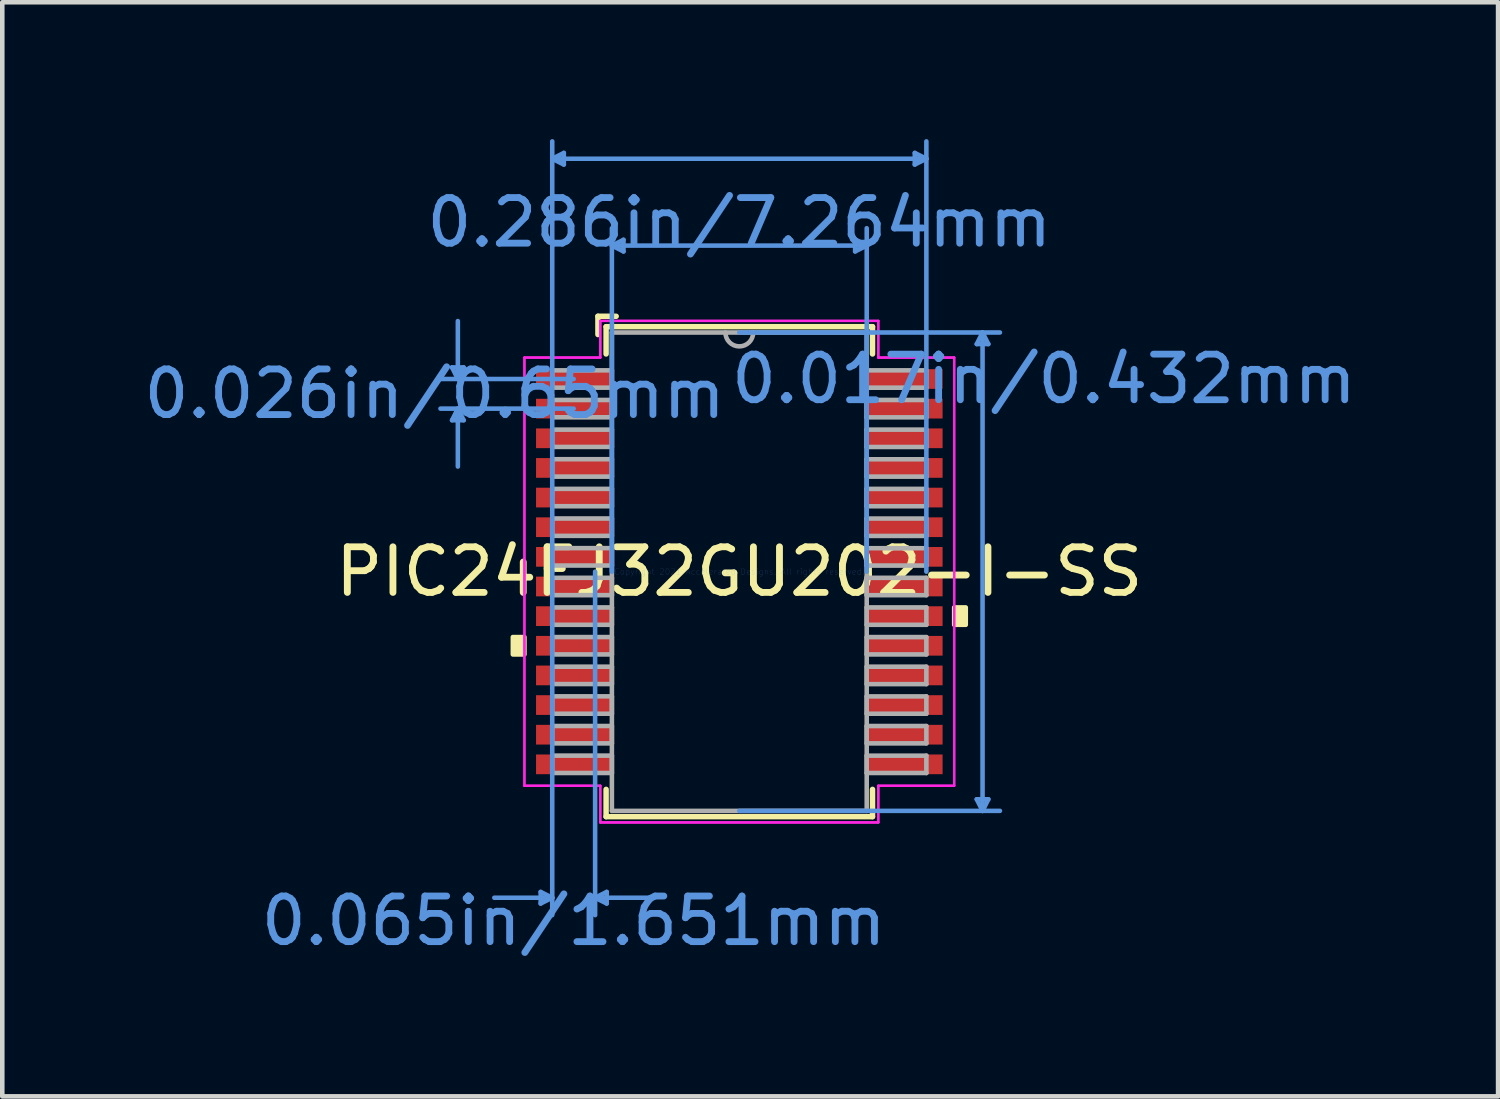
<source format=kicad_pcb>
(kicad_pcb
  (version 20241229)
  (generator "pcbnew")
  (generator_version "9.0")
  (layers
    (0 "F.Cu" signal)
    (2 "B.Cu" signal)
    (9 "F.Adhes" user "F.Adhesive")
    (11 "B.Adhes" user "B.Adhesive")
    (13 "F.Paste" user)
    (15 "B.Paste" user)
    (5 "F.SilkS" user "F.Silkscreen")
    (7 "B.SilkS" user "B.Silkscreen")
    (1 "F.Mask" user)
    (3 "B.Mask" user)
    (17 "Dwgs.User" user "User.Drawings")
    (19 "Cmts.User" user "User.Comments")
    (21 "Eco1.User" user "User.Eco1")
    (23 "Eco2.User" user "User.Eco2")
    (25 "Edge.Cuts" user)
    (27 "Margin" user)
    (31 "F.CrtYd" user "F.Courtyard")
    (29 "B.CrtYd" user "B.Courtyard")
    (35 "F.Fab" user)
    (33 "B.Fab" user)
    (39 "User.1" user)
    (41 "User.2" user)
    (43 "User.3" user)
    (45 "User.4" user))
  (footprint "PIC24FJ32GU202-I-SS"
    (layer "F.Cu")
    (at 13.162 9.486)
    (property "Reference" "PIC24FJ32GU202-I-SS" (at 0 0 0) (layer "F.SilkS") (effects (font (size 1 1) (thickness 0.15))))
    (attr smd)
    (fp_line (start -3.1 -5.6) (end -3.1 -5.2) (stroke (width 0.12) (type solid)) (layer "F.SilkS"))
    (fp_line (start -2.921 -5.372) (end -2.921 -4.774) (stroke (width 0.12) (type solid)) (layer "F.SilkS"))
    (fp_line (start -2.921 4.774) (end -2.921 5.372) (stroke (width 0.12) (type solid)) (layer "F.SilkS"))
    (fp_line (start -2.921 5.372) (end 2.921 5.372) (stroke (width 0.12) (type solid)) (layer "F.SilkS"))
    (fp_line (start -2.7 -5.6) (end -3.1 -5.6) (stroke (width 0.12) (type solid)) (layer "F.SilkS"))
    (fp_line (start 2.921 -5.372) (end -2.921 -5.372) (stroke (width 0.12) (type solid)) (layer "F.SilkS"))
    (fp_line (start 2.921 -4.774) (end 2.921 -5.372) (stroke (width 0.12) (type solid)) (layer "F.SilkS"))
    (fp_line (start 2.921 5.372) (end 2.921 4.774) (stroke (width 0.12) (type solid)) (layer "F.SilkS"))
    (fp_poly (pts (xy -4.966 1.434) (xy -4.966 1.815) (xy -4.712 1.815) (xy -4.712 1.434)) (stroke (width 0.1) (type solid)) (fill yes) (layer "F.SilkS"))
    (fp_poly (pts (xy 4.966 0.784) (xy 4.966 1.165) (xy 4.712 1.165) (xy 4.712 0.784)) (stroke (width 0.1) (type solid)) (fill yes) (layer "F.SilkS"))
    (fp_line (start -6.299 -4.479) (end -6.045 -4.479) (stroke (width 0.1) (type solid)) (layer "Cmts.User"))
    (fp_line (start -6.299 -3.321) (end -6.045 -3.321) (stroke (width 0.1) (type solid)) (layer "Cmts.User"))
    (fp_line (start -6.172 -4.225) (end -6.299 -4.479) (stroke (width 0.1) (type solid)) (layer "Cmts.User"))
    (fp_line (start -6.172 -4.225) (end -6.172 -5.495) (stroke (width 0.1) (type solid)) (layer "Cmts.User"))
    (fp_line (start -6.172 -4.225) (end -6.045 -4.479) (stroke (width 0.1) (type solid)) (layer "Cmts.User"))
    (fp_line (start -6.172 -3.575) (end -6.299 -3.321) (stroke (width 0.1) (type solid)) (layer "Cmts.User"))
    (fp_line (start -6.172 -3.575) (end -6.172 -2.305) (stroke (width 0.1) (type solid)) (layer "Cmts.User"))
    (fp_line (start -6.172 -3.575) (end -6.045 -3.321) (stroke (width 0.1) (type solid)) (layer "Cmts.User"))
    (fp_line (start -4.356 7.023) (end -4.356 7.277) (stroke (width 0.1) (type solid)) (layer "Cmts.User"))
    (fp_line (start -4.102 -9.055) (end -3.848 -9.182) (stroke (width 0.1) (type solid)) (layer "Cmts.User"))
    (fp_line (start -4.102 -9.055) (end -3.848 -8.928) (stroke (width 0.1) (type solid)) (layer "Cmts.User"))
    (fp_line (start -4.102 -9.055) (end 4.102 -9.055) (stroke (width 0.1) (type solid)) (layer "Cmts.User"))
    (fp_line (start -4.102 0) (end -4.102 -9.436) (stroke (width 0.1) (type solid)) (layer "Cmts.User"))
    (fp_line (start -4.102 0) (end -4.102 7.531) (stroke (width 0.1) (type solid)) (layer "Cmts.User"))
    (fp_line (start -4.102 7.15) (end -5.372 7.15) (stroke (width 0.1) (type solid)) (layer "Cmts.User"))
    (fp_line (start -4.102 7.15) (end -4.356 7.023) (stroke (width 0.1) (type solid)) (layer "Cmts.User"))
    (fp_line (start -4.102 7.15) (end -4.356 7.277) (stroke (width 0.1) (type solid)) (layer "Cmts.User"))
    (fp_line (start -3.848 -9.182) (end -3.848 -8.928) (stroke (width 0.1) (type solid)) (layer "Cmts.User"))
    (fp_line (start -3.632 -4.225) (end -6.553 -4.225) (stroke (width 0.1) (type solid)) (layer "Cmts.User"))
    (fp_line (start -3.632 -3.575) (end -6.553 -3.575) (stroke (width 0.1) (type solid)) (layer "Cmts.User"))
    (fp_line (start -3.162 0) (end -3.162 7.531) (stroke (width 0.1) (type solid)) (layer "Cmts.User"))
    (fp_line (start -3.162 7.15) (end -2.908 7.023) (stroke (width 0.1) (type solid)) (layer "Cmts.User"))
    (fp_line (start -3.162 7.15) (end -2.908 7.277) (stroke (width 0.1) (type solid)) (layer "Cmts.User"))
    (fp_line (start -3.162 7.15) (end -1.892 7.15) (stroke (width 0.1) (type solid)) (layer "Cmts.User"))
    (fp_line (start -2.908 7.023) (end -2.908 7.277) (stroke (width 0.1) (type solid)) (layer "Cmts.User"))
    (fp_line (start -2.794 -7.15) (end -2.54 -7.277) (stroke (width 0.1) (type solid)) (layer "Cmts.User"))
    (fp_line (start -2.794 -7.15) (end -2.54 -7.023) (stroke (width 0.1) (type solid)) (layer "Cmts.User"))
    (fp_line (start -2.794 -7.15) (end 2.794 -7.15) (stroke (width 0.1) (type solid)) (layer "Cmts.User"))
    (fp_line (start -2.794 0) (end -2.794 -7.531) (stroke (width 0.1) (type solid)) (layer "Cmts.User"))
    (fp_line (start -2.54 -7.277) (end -2.54 -7.023) (stroke (width 0.1) (type solid)) (layer "Cmts.User"))
    (fp_line (start 0 -5.245) (end 5.715 -5.245) (stroke (width 0.1) (type solid)) (layer "Cmts.User"))
    (fp_line (start 0 5.245) (end 5.715 5.245) (stroke (width 0.1) (type solid)) (layer "Cmts.User"))
    (fp_line (start 2.54 -7.277) (end 2.54 -7.023) (stroke (width 0.1) (type solid)) (layer "Cmts.User"))
    (fp_line (start 2.794 -7.15) (end 2.54 -7.277) (stroke (width 0.1) (type solid)) (layer "Cmts.User"))
    (fp_line (start 2.794 -7.15) (end 2.54 -7.023) (stroke (width 0.1) (type solid)) (layer "Cmts.User"))
    (fp_line (start 2.794 0) (end 2.794 -7.531) (stroke (width 0.1) (type solid)) (layer "Cmts.User"))
    (fp_line (start 3.848 -9.182) (end 3.848 -8.928) (stroke (width 0.1) (type solid)) (layer "Cmts.User"))
    (fp_line (start 4.102 -9.055) (end 3.848 -9.182) (stroke (width 0.1) (type solid)) (layer "Cmts.User"))
    (fp_line (start 4.102 -9.055) (end 3.848 -8.928) (stroke (width 0.1) (type solid)) (layer "Cmts.User"))
    (fp_line (start 4.102 0) (end 4.102 -9.436) (stroke (width 0.1) (type solid)) (layer "Cmts.User"))
    (fp_line (start 5.207 -4.991) (end 5.461 -4.991) (stroke (width 0.1) (type solid)) (layer "Cmts.User"))
    (fp_line (start 5.207 4.991) (end 5.461 4.991) (stroke (width 0.1) (type solid)) (layer "Cmts.User"))
    (fp_line (start 5.334 -5.245) (end 5.207 -4.991) (stroke (width 0.1) (type solid)) (layer "Cmts.User"))
    (fp_line (start 5.334 -5.245) (end 5.334 5.245) (stroke (width 0.1) (type solid)) (layer "Cmts.User"))
    (fp_line (start 5.334 -5.245) (end 5.461 -4.991) (stroke (width 0.1) (type solid)) (layer "Cmts.User"))
    (fp_line (start 5.334 5.245) (end 5.207 4.991) (stroke (width 0.1) (type solid)) (layer "Cmts.User"))
    (fp_line (start 5.334 5.245) (end 5.461 4.991) (stroke (width 0.1) (type solid)) (layer "Cmts.User"))
    (fp_line (start -4.712 -4.695) (end -3.048 -4.695) (stroke (width 0.05) (type solid)) (layer "F.CrtYd"))
    (fp_line (start -4.712 -4.695) (end -3.048 -4.695) (stroke (width 0.05) (type solid)) (layer "F.CrtYd"))
    (fp_line (start -4.712 4.695) (end -4.712 -4.695) (stroke (width 0.05) (type solid)) (layer "F.CrtYd"))
    (fp_line (start -4.712 4.695) (end -4.712 -4.695) (stroke (width 0.05) (type solid)) (layer "F.CrtYd"))
    (fp_line (start -4.712 4.695) (end -3.048 4.695) (stroke (width 0.05) (type solid)) (layer "F.CrtYd"))
    (fp_line (start -3.048 -5.499) (end 3.048 -5.499) (stroke (width 0.05) (type solid)) (layer "F.CrtYd"))
    (fp_line (start -3.048 -5.499) (end 3.048 -5.499) (stroke (width 0.05) (type solid)) (layer "F.CrtYd"))
    (fp_line (start -3.048 -4.695) (end -3.048 -5.499) (stroke (width 0.05) (type solid)) (layer "F.CrtYd"))
    (fp_line (start -3.048 -4.695) (end -3.048 -5.499) (stroke (width 0.05) (type solid)) (layer "F.CrtYd"))
    (fp_line (start -3.048 4.695) (end -4.712 4.695) (stroke (width 0.05) (type solid)) (layer "F.CrtYd"))
    (fp_line (start -3.048 5.499) (end -3.048 4.695) (stroke (width 0.05) (type solid)) (layer "F.CrtYd"))
    (fp_line (start -3.048 5.499) (end -3.048 4.695) (stroke (width 0.05) (type solid)) (layer "F.CrtYd"))
    (fp_line (start 3.048 -5.499) (end 3.048 -4.695) (stroke (width 0.05) (type solid)) (layer "F.CrtYd"))
    (fp_line (start 3.048 -5.499) (end 3.048 -4.695) (stroke (width 0.05) (type solid)) (layer "F.CrtYd"))
    (fp_line (start 3.048 -4.695) (end 4.712 -4.695) (stroke (width 0.05) (type solid)) (layer "F.CrtYd"))
    (fp_line (start 3.048 4.695) (end 3.048 5.499) (stroke (width 0.05) (type solid)) (layer "F.CrtYd"))
    (fp_line (start 3.048 4.695) (end 3.048 5.499) (stroke (width 0.05) (type solid)) (layer "F.CrtYd"))
    (fp_line (start 3.048 5.499) (end -3.048 5.499) (stroke (width 0.05) (type solid)) (layer "F.CrtYd"))
    (fp_line (start 3.048 5.499) (end -3.048 5.499) (stroke (width 0.05) (type solid)) (layer "F.CrtYd"))
    (fp_line (start 4.712 -4.695) (end 3.048 -4.695) (stroke (width 0.05) (type solid)) (layer "F.CrtYd"))
    (fp_line (start 4.712 -4.695) (end 4.712 4.695) (stroke (width 0.05) (type solid)) (layer "F.CrtYd"))
    (fp_line (start 4.712 -4.695) (end 4.712 4.695) (stroke (width 0.05) (type solid)) (layer "F.CrtYd"))
    (fp_line (start 4.712 4.695) (end 3.048 4.695) (stroke (width 0.05) (type solid)) (layer "F.CrtYd"))
    (fp_line (start 4.712 4.695) (end 3.048 4.695) (stroke (width 0.05) (type solid)) (layer "F.CrtYd"))
    (fp_line (start -4.102 -4.415) (end -4.102 -4.035) (stroke (width 0.1) (type solid)) (layer "F.Fab"))
    (fp_line (start -4.102 -4.035) (end -2.794 -4.035) (stroke (width 0.1) (type solid)) (layer "F.Fab"))
    (fp_line (start -4.102 -3.765) (end -4.102 -3.385) (stroke (width 0.1) (type solid)) (layer "F.Fab"))
    (fp_line (start -4.102 -3.385) (end -2.794 -3.385) (stroke (width 0.1) (type solid)) (layer "F.Fab"))
    (fp_line (start -4.102 -3.115) (end -4.102 -2.735) (stroke (width 0.1) (type solid)) (layer "F.Fab"))
    (fp_line (start -4.102 -2.735) (end -2.794 -2.735) (stroke (width 0.1) (type solid)) (layer "F.Fab"))
    (fp_line (start -4.102 -2.466) (end -4.102 -2.084) (stroke (width 0.1) (type solid)) (layer "F.Fab"))
    (fp_line (start -4.102 -2.084) (end -2.794 -2.084) (stroke (width 0.1) (type solid)) (layer "F.Fab"))
    (fp_line (start -4.102 -1.816) (end -4.102 -1.435) (stroke (width 0.1) (type solid)) (layer "F.Fab"))
    (fp_line (start -4.102 -1.435) (end -2.794 -1.435) (stroke (width 0.1) (type solid)) (layer "F.Fab"))
    (fp_line (start -4.102 -1.166) (end -4.102 -0.785) (stroke (width 0.1) (type solid)) (layer "F.Fab"))
    (fp_line (start -4.102 -0.785) (end -2.794 -0.785) (stroke (width 0.1) (type solid)) (layer "F.Fab"))
    (fp_line (start -4.102 -0.516) (end -4.102 -0.135) (stroke (width 0.1) (type solid)) (layer "F.Fab"))
    (fp_line (start -4.102 -0.135) (end -2.794 -0.135) (stroke (width 0.1) (type solid)) (layer "F.Fab"))
    (fp_line (start -4.102 0.134) (end -4.102 0.515) (stroke (width 0.1) (type solid)) (layer "F.Fab"))
    (fp_line (start -4.102 0.515) (end -2.794 0.515) (stroke (width 0.1) (type solid)) (layer "F.Fab"))
    (fp_line (start -4.102 0.784) (end -4.102 1.165) (stroke (width 0.1) (type solid)) (layer "F.Fab"))
    (fp_line (start -4.102 1.165) (end -2.794 1.165) (stroke (width 0.1) (type solid)) (layer "F.Fab"))
    (fp_line (start -4.102 1.434) (end -4.102 1.815) (stroke (width 0.1) (type solid)) (layer "F.Fab"))
    (fp_line (start -4.102 1.815) (end -2.794 1.815) (stroke (width 0.1) (type solid)) (layer "F.Fab"))
    (fp_line (start -4.102 2.084) (end -4.102 2.465) (stroke (width 0.1) (type solid)) (layer "F.Fab"))
    (fp_line (start -4.102 2.465) (end -2.794 2.465) (stroke (width 0.1) (type solid)) (layer "F.Fab"))
    (fp_line (start -4.102 2.734) (end -4.102 3.115) (stroke (width 0.1) (type solid)) (layer "F.Fab"))
    (fp_line (start -4.102 3.115) (end -2.794 3.115) (stroke (width 0.1) (type solid)) (layer "F.Fab"))
    (fp_line (start -4.102 3.384) (end -4.102 3.765) (stroke (width 0.1) (type solid)) (layer "F.Fab"))
    (fp_line (start -4.102 3.765) (end -2.794 3.765) (stroke (width 0.1) (type solid)) (layer "F.Fab"))
    (fp_line (start -4.102 4.034) (end -4.102 4.415) (stroke (width 0.1) (type solid)) (layer "F.Fab"))
    (fp_line (start -4.102 4.415) (end -2.794 4.415) (stroke (width 0.1) (type solid)) (layer "F.Fab"))
    (fp_line (start -2.794 -5.245) (end -2.794 5.245) (stroke (width 0.1) (type solid)) (layer "F.Fab"))
    (fp_line (start -2.794 -4.415) (end -4.102 -4.415) (stroke (width 0.1) (type solid)) (layer "F.Fab"))
    (fp_line (start -2.794 -4.035) (end -2.794 -4.415) (stroke (width 0.1) (type solid)) (layer "F.Fab"))
    (fp_line (start -2.794 -3.765) (end -4.102 -3.765) (stroke (width 0.1) (type solid)) (layer "F.Fab"))
    (fp_line (start -2.794 -3.385) (end -2.794 -3.765) (stroke (width 0.1) (type solid)) (layer "F.Fab"))
    (fp_line (start -2.794 -3.115) (end -4.102 -3.115) (stroke (width 0.1) (type solid)) (layer "F.Fab"))
    (fp_line (start -2.794 -2.735) (end -2.794 -3.115) (stroke (width 0.1) (type solid)) (layer "F.Fab"))
    (fp_line (start -2.794 -2.466) (end -4.102 -2.466) (stroke (width 0.1) (type solid)) (layer "F.Fab"))
    (fp_line (start -2.794 -2.084) (end -2.794 -2.466) (stroke (width 0.1) (type solid)) (layer "F.Fab"))
    (fp_line (start -2.794 -1.816) (end -4.102 -1.816) (stroke (width 0.1) (type solid)) (layer "F.Fab"))
    (fp_line (start -2.794 -1.435) (end -2.794 -1.816) (stroke (width 0.1) (type solid)) (layer "F.Fab"))
    (fp_line (start -2.794 -1.166) (end -4.102 -1.166) (stroke (width 0.1) (type solid)) (layer "F.Fab"))
    (fp_line (start -2.794 -0.785) (end -2.794 -1.166) (stroke (width 0.1) (type solid)) (layer "F.Fab"))
    (fp_line (start -2.794 -0.516) (end -4.102 -0.516) (stroke (width 0.1) (type solid)) (layer "F.Fab"))
    (fp_line (start -2.794 -0.135) (end -2.794 -0.516) (stroke (width 0.1) (type solid)) (layer "F.Fab"))
    (fp_line (start -2.794 0.134) (end -4.102 0.134) (stroke (width 0.1) (type solid)) (layer "F.Fab"))
    (fp_line (start -2.794 0.515) (end -2.794 0.134) (stroke (width 0.1) (type solid)) (layer "F.Fab"))
    (fp_line (start -2.794 0.784) (end -4.102 0.784) (stroke (width 0.1) (type solid)) (layer "F.Fab"))
    (fp_line (start -2.794 1.165) (end -2.794 0.784) (stroke (width 0.1) (type solid)) (layer "F.Fab"))
    (fp_line (start -2.794 1.434) (end -4.102 1.434) (stroke (width 0.1) (type solid)) (layer "F.Fab"))
    (fp_line (start -2.794 1.815) (end -2.794 1.434) (stroke (width 0.1) (type solid)) (layer "F.Fab"))
    (fp_line (start -2.794 2.084) (end -4.102 2.084) (stroke (width 0.1) (type solid)) (layer "F.Fab"))
    (fp_line (start -2.794 2.465) (end -2.794 2.084) (stroke (width 0.1) (type solid)) (layer "F.Fab"))
    (fp_line (start -2.794 2.734) (end -4.102 2.734) (stroke (width 0.1) (type solid)) (layer "F.Fab"))
    (fp_line (start -2.794 3.115) (end -2.794 2.734) (stroke (width 0.1) (type solid)) (layer "F.Fab"))
    (fp_line (start -2.794 3.384) (end -4.102 3.384) (stroke (width 0.1) (type solid)) (layer "F.Fab"))
    (fp_line (start -2.794 3.765) (end -2.794 3.384) (stroke (width 0.1) (type solid)) (layer "F.Fab"))
    (fp_line (start -2.794 4.034) (end -4.102 4.034) (stroke (width 0.1) (type solid)) (layer "F.Fab"))
    (fp_line (start -2.794 4.415) (end -2.794 4.034) (stroke (width 0.1) (type solid)) (layer "F.Fab"))
    (fp_line (start -2.794 5.245) (end 2.794 5.245) (stroke (width 0.1) (type solid)) (layer "F.Fab"))
    (fp_line (start 2.794 -5.245) (end -2.794 -5.245) (stroke (width 0.1) (type solid)) (layer "F.Fab"))
    (fp_line (start 2.794 -4.415) (end 2.794 -4.034) (stroke (width 0.1) (type solid)) (layer "F.Fab"))
    (fp_line (start 2.794 -4.034) (end 4.102 -4.034) (stroke (width 0.1) (type solid)) (layer "F.Fab"))
    (fp_line (start 2.794 -3.765) (end 2.794 -3.384) (stroke (width 0.1) (type solid)) (layer "F.Fab"))
    (fp_line (start 2.794 -3.384) (end 4.102 -3.384) (stroke (width 0.1) (type solid)) (layer "F.Fab"))
    (fp_line (start 2.794 -3.115) (end 2.794 -2.734) (stroke (width 0.1) (type solid)) (layer "F.Fab"))
    (fp_line (start 2.794 -2.734) (end 4.102 -2.734) (stroke (width 0.1) (type solid)) (layer "F.Fab"))
    (fp_line (start 2.794 -2.465) (end 2.794 -2.084) (stroke (width 0.1) (type solid)) (layer "F.Fab"))
    (fp_line (start 2.794 -2.084) (end 4.102 -2.084) (stroke (width 0.1) (type solid)) (layer "F.Fab"))
    (fp_line (start 2.794 -1.815) (end 2.794 -1.434) (stroke (width 0.1) (type solid)) (layer "F.Fab"))
    (fp_line (start 2.794 -1.434) (end 4.102 -1.434) (stroke (width 0.1) (type solid)) (layer "F.Fab"))
    (fp_line (start 2.794 -1.165) (end 2.794 -0.784) (stroke (width 0.1) (type solid)) (layer "F.Fab"))
    (fp_line (start 2.794 -0.784) (end 4.102 -0.784) (stroke (width 0.1) (type solid)) (layer "F.Fab"))
    (fp_line (start 2.794 -0.515) (end 2.794 -0.134) (stroke (width 0.1) (type solid)) (layer "F.Fab"))
    (fp_line (start 2.794 -0.134) (end 4.102 -0.134) (stroke (width 0.1) (type solid)) (layer "F.Fab"))
    (fp_line (start 2.794 0.135) (end 2.794 0.516) (stroke (width 0.1) (type solid)) (layer "F.Fab"))
    (fp_line (start 2.794 0.516) (end 4.102 0.516) (stroke (width 0.1) (type solid)) (layer "F.Fab"))
    (fp_line (start 2.794 0.784) (end 2.794 1.165) (stroke (width 0.1) (type solid)) (layer "F.Fab"))
    (fp_line (start 2.794 1.165) (end 4.102 1.165) (stroke (width 0.1) (type solid)) (layer "F.Fab"))
    (fp_line (start 2.794 1.435) (end 2.794 1.815) (stroke (width 0.1) (type solid)) (layer "F.Fab"))
    (fp_line (start 2.794 1.815) (end 4.102 1.815) (stroke (width 0.1) (type solid)) (layer "F.Fab"))
    (fp_line (start 2.794 2.084) (end 2.794 2.466) (stroke (width 0.1) (type solid)) (layer "F.Fab"))
    (fp_line (start 2.794 2.466) (end 4.102 2.466) (stroke (width 0.1) (type solid)) (layer "F.Fab"))
    (fp_line (start 2.794 2.735) (end 2.794 3.115) (stroke (width 0.1) (type solid)) (layer "F.Fab"))
    (fp_line (start 2.794 3.115) (end 4.102 3.115) (stroke (width 0.1) (type solid)) (layer "F.Fab"))
    (fp_line (start 2.794 3.385) (end 2.794 3.765) (stroke (width 0.1) (type solid)) (layer "F.Fab"))
    (fp_line (start 2.794 3.765) (end 4.102 3.765) (stroke (width 0.1) (type solid)) (layer "F.Fab"))
    (fp_line (start 2.794 4.035) (end 2.794 4.415) (stroke (width 0.1) (type solid)) (layer "F.Fab"))
    (fp_line (start 2.794 4.415) (end 4.102 4.415) (stroke (width 0.1) (type solid)) (layer "F.Fab"))
    (fp_line (start 2.794 5.245) (end 2.794 -5.245) (stroke (width 0.1) (type solid)) (layer "F.Fab"))
    (fp_line (start 4.102 -4.415) (end 2.794 -4.415) (stroke (width 0.1) (type solid)) (layer "F.Fab"))
    (fp_line (start 4.102 -4.034) (end 4.102 -4.415) (stroke (width 0.1) (type solid)) (layer "F.Fab"))
    (fp_line (start 4.102 -3.765) (end 2.794 -3.765) (stroke (width 0.1) (type solid)) (layer "F.Fab"))
    (fp_line (start 4.102 -3.384) (end 4.102 -3.765) (stroke (width 0.1) (type solid)) (layer "F.Fab"))
    (fp_line (start 4.102 -3.115) (end 2.794 -3.115) (stroke (width 0.1) (type solid)) (layer "F.Fab"))
    (fp_line (start 4.102 -2.734) (end 4.102 -3.115) (stroke (width 0.1) (type solid)) (layer "F.Fab"))
    (fp_line (start 4.102 -2.465) (end 2.794 -2.465) (stroke (width 0.1) (type solid)) (layer "F.Fab"))
    (fp_line (start 4.102 -2.084) (end 4.102 -2.465) (stroke (width 0.1) (type solid)) (layer "F.Fab"))
    (fp_line (start 4.102 -1.815) (end 2.794 -1.815) (stroke (width 0.1) (type solid)) (layer "F.Fab"))
    (fp_line (start 4.102 -1.434) (end 4.102 -1.815) (stroke (width 0.1) (type solid)) (layer "F.Fab"))
    (fp_line (start 4.102 -1.165) (end 2.794 -1.165) (stroke (width 0.1) (type solid)) (layer "F.Fab"))
    (fp_line (start 4.102 -0.784) (end 4.102 -1.165) (stroke (width 0.1) (type solid)) (layer "F.Fab"))
    (fp_line (start 4.102 -0.515) (end 2.794 -0.515) (stroke (width 0.1) (type solid)) (layer "F.Fab"))
    (fp_line (start 4.102 -0.134) (end 4.102 -0.515) (stroke (width 0.1) (type solid)) (layer "F.Fab"))
    (fp_line (start 4.102 0.135) (end 2.794 0.135) (stroke (width 0.1) (type solid)) (layer "F.Fab"))
    (fp_line (start 4.102 0.516) (end 4.102 0.135) (stroke (width 0.1) (type solid)) (layer "F.Fab"))
    (fp_line (start 4.102 0.784) (end 2.794 0.784) (stroke (width 0.1) (type solid)) (layer "F.Fab"))
    (fp_line (start 4.102 1.165) (end 4.102 0.784) (stroke (width 0.1) (type solid)) (layer "F.Fab"))
    (fp_line (start 4.102 1.435) (end 2.794 1.435) (stroke (width 0.1) (type solid)) (layer "F.Fab"))
    (fp_line (start 4.102 1.815) (end 4.102 1.435) (stroke (width 0.1) (type solid)) (layer "F.Fab"))
    (fp_line (start 4.102 2.084) (end 2.794 2.084) (stroke (width 0.1) (type solid)) (layer "F.Fab"))
    (fp_line (start 4.102 2.466) (end 4.102 2.084) (stroke (width 0.1) (type solid)) (layer "F.Fab"))
    (fp_line (start 4.102 2.735) (end 2.794 2.735) (stroke (width 0.1) (type solid)) (layer "F.Fab"))
    (fp_line (start 4.102 3.115) (end 4.102 2.735) (stroke (width 0.1) (type solid)) (layer "F.Fab"))
    (fp_line (start 4.102 3.385) (end 2.794 3.385) (stroke (width 0.1) (type solid)) (layer "F.Fab"))
    (fp_line (start 4.102 3.765) (end 4.102 3.385) (stroke (width 0.1) (type solid)) (layer "F.Fab"))
    (fp_line (start 4.102 4.035) (end 2.794 4.035) (stroke (width 0.1) (type solid)) (layer "F.Fab"))
    (fp_line (start 4.102 4.415) (end 4.102 4.035) (stroke (width 0.1) (type solid)) (layer "F.Fab"))
    (fp_arc (start 0.3048 -5.2451) (mid 0 -4.9403) (end -0.3048 -5.2451) (stroke (width 0.1) (type solid)) (layer "F.Fab"))
    (fp_text user "0.026in/0.65mm" (at -6.68 -3.9 0) (layer "Cmts.User") (effects (font (size 1 1) (thickness 0.15))))
    (fp_text user "0.017in/0.432mm" (at 6.68 -4.225 0) (layer "Cmts.User") (effects (font (size 1 1) (thickness 0.15))))
    (fp_text user "0.065in/1.651mm" (at -3.632 7.658 0) (layer "Cmts.User") (effects (font (size 1 1) (thickness 0.15))))
    (fp_text user "0.286in/7.264mm" (at 0 -7.658 0) (layer "Cmts.User") (effects (font (size 1 1) (thickness 0.15))))
    (fp_text user "Copyright 2021 Accelerated Designs. All rights reserved." (at 0 0 0) (layer "Cmts.User") (effects (font (size 0.127 0.127) (thickness 0.002))))
    (pad "1" smd rect (at -3.632 -4.225) (size 1.651 0.432) (layers "F.Cu" "F.Mask" "F.Paste"))
    (pad "2" smd rect (at -3.632 -3.575) (size 1.651 0.432) (layers "F.Cu" "F.Mask" "F.Paste"))
    (pad "3" smd rect (at -3.632 -2.925) (size 1.651 0.432) (layers "F.Cu" "F.Mask" "F.Paste"))
    (pad "4" smd rect (at -3.632 -2.275) (size 1.651 0.432) (layers "F.Cu" "F.Mask" "F.Paste"))
    (pad "5" smd rect (at -3.632 -1.625) (size 1.651 0.432) (layers "F.Cu" "F.Mask" "F.Paste"))
    (pad "6" smd rect (at -3.632 -0.975) (size 1.651 0.432) (layers "F.Cu" "F.Mask" "F.Paste"))
    (pad "7" smd rect (at -3.632 -0.325) (size 1.651 0.432) (layers "F.Cu" "F.Mask" "F.Paste"))
    (pad "8" smd rect (at -3.632 0.325) (size 1.651 0.432) (layers "F.Cu" "F.Mask" "F.Paste"))
    (pad "9" smd rect (at -3.632 0.975) (size 1.651 0.432) (layers "F.Cu" "F.Mask" "F.Paste"))
    (pad "10" smd rect (at -3.632 1.625) (size 1.651 0.432) (layers "F.Cu" "F.Mask" "F.Paste"))
    (pad "11" smd rect (at -3.632 2.275) (size 1.651 0.432) (layers "F.Cu" "F.Mask" "F.Paste"))
    (pad "12" smd rect (at -3.632 2.925) (size 1.651 0.432) (layers "F.Cu" "F.Mask" "F.Paste"))
    (pad "13" smd rect (at -3.632 3.575) (size 1.651 0.432) (layers "F.Cu" "F.Mask" "F.Paste"))
    (pad "14" smd rect (at -3.632 4.225) (size 1.651 0.432) (layers "F.Cu" "F.Mask" "F.Paste"))
    (pad "15" smd rect (at 3.632 4.225) (size 1.651 0.432) (layers "F.Cu" "F.Mask" "F.Paste"))
    (pad "16" smd rect (at 3.632 3.575) (size 1.651 0.432) (layers "F.Cu" "F.Mask" "F.Paste"))
    (pad "17" smd rect (at 3.632 2.925) (size 1.651 0.432) (layers "F.Cu" "F.Mask" "F.Paste"))
    (pad "18" smd rect (at 3.632 2.275) (size 1.651 0.432) (layers "F.Cu" "F.Mask" "F.Paste"))
    (pad "19" smd rect (at 3.632 1.625) (size 1.651 0.432) (layers "F.Cu" "F.Mask" "F.Paste"))
    (pad "20" smd rect (at 3.632 0.975) (size 1.651 0.432) (layers "F.Cu" "F.Mask" "F.Paste"))
    (pad "21" smd rect (at 3.632 0.325) (size 1.651 0.432) (layers "F.Cu" "F.Mask" "F.Paste"))
    (pad "22" smd rect (at 3.632 -0.325) (size 1.651 0.432) (layers "F.Cu" "F.Mask" "F.Paste"))
    (pad "23" smd rect (at 3.632 -0.975) (size 1.651 0.432) (layers "F.Cu" "F.Mask" "F.Paste"))
    (pad "24" smd rect (at 3.632 -1.625) (size 1.651 0.432) (layers "F.Cu" "F.Mask" "F.Paste"))
    (pad "25" smd rect (at 3.632 -2.275) (size 1.651 0.432) (layers "F.Cu" "F.Mask" "F.Paste"))
    (pad "26" smd rect (at 3.632 -2.925) (size 1.651 0.432) (layers "F.Cu" "F.Mask" "F.Paste"))
    (pad "27" smd rect (at 3.632 -3.575) (size 1.651 0.432) (layers "F.Cu" "F.Mask" "F.Paste"))
    (pad "28" smd rect (at 3.632 -4.225) (size 1.651 0.432) (layers "F.Cu" "F.Mask" "F.Paste")))
  (gr_rect
    (start -3 -3)
    (end 29.801 20.992)
    (stroke (width 0.1) (type default))
    (fill no)
    (layer "Edge.Cuts")))
</source>
